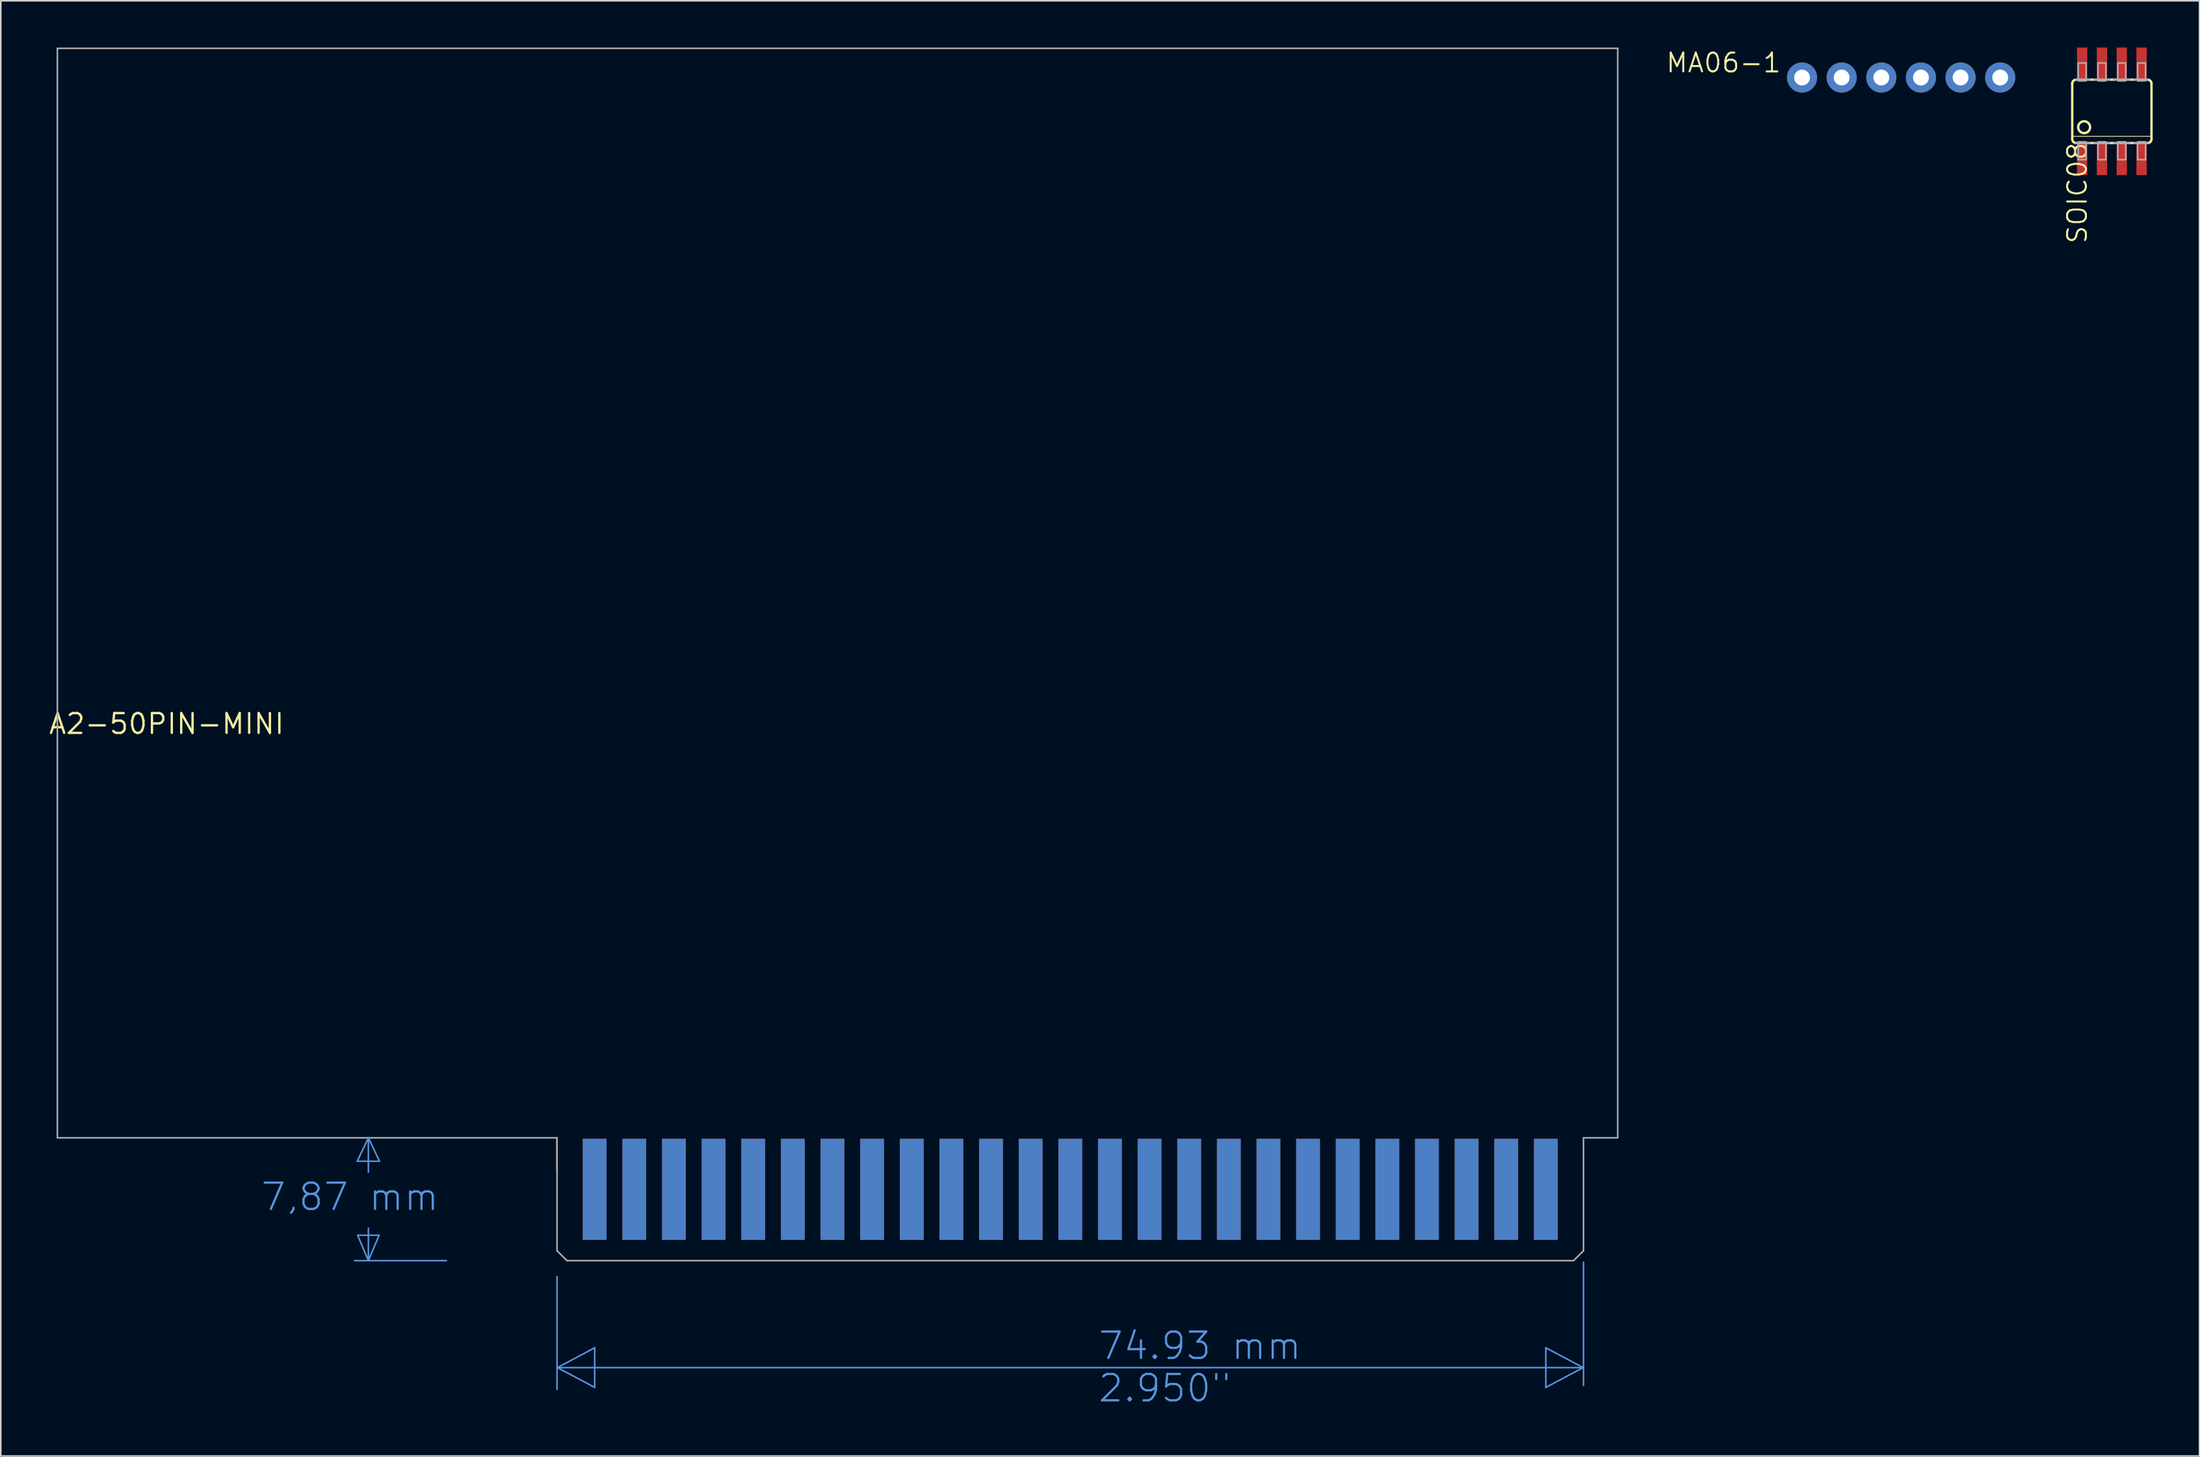
<source format=kicad_pcb>
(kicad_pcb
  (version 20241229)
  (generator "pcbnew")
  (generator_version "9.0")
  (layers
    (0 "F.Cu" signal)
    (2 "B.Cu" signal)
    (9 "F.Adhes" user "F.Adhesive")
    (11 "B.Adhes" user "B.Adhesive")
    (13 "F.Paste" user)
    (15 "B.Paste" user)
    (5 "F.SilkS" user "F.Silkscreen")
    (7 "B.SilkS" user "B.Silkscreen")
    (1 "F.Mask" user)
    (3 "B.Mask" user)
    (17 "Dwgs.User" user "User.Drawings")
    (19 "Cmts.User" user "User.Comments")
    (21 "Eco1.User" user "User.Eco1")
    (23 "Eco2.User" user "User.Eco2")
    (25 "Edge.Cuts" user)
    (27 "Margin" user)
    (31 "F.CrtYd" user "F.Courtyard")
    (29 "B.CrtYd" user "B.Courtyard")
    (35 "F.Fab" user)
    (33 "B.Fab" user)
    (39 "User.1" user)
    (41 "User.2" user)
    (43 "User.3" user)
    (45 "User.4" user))
  (footprint "MA06-1"
    (layer "F.Cu")
    (at 118.791 1.921)
    (property "Reference" "MA06-1" (at -7.62 -1.651 0) (layer "F.SilkS") (effects (font (size 1.206 1.206) (thickness 0.127)) (justify right top)))
    (attr through_hole)
    (fp_poly (pts (xy -6.604 0.254) (xy -6.096 0.254) (xy -6.096 -0.254) (xy -6.604 -0.254)) (stroke (width 0.1) (type solid)) (fill no) (layer "F.Fab"))
    (fp_poly (pts (xy -4.064 0.254) (xy -3.556 0.254) (xy -3.556 -0.254) (xy -4.064 -0.254)) (stroke (width 0.1) (type solid)) (fill no) (layer "F.Fab"))
    (fp_poly (pts (xy -1.524 0.254) (xy -1.016 0.254) (xy -1.016 -0.254) (xy -1.524 -0.254)) (stroke (width 0.1) (type solid)) (fill no) (layer "F.Fab"))
    (fp_poly (pts (xy 1.016 0.254) (xy 1.524 0.254) (xy 1.524 -0.254) (xy 1.016 -0.254)) (stroke (width 0.1) (type solid)) (fill no) (layer "F.Fab"))
    (fp_poly (pts (xy 3.556 0.254) (xy 4.064 0.254) (xy 4.064 -0.254) (xy 3.556 -0.254)) (stroke (width 0.1) (type solid)) (fill no) (layer "F.Fab"))
    (fp_poly (pts (xy 6.096 0.254) (xy 6.604 0.254) (xy 6.604 -0.254) (xy 6.096 -0.254)) (stroke (width 0.1) (type solid)) (fill no) (layer "F.Fab"))
    (pad "1" thru_hole circle (at -6.35 0 90) (size 1.93 1.93) (drill 1.016) (layers "*.Cu" "*.Mask"))
    (pad "2" thru_hole circle (at -3.81 0 90) (size 1.93 1.93) (drill 1.016) (layers "*.Cu" "*.Mask"))
    (pad "3" thru_hole circle (at -1.27 0 90) (size 1.93 1.93) (drill 1.016) (layers "*.Cu" "*.Mask"))
    (pad "4" thru_hole circle (at 1.27 0 90) (size 1.93 1.93) (drill 1.016) (layers "*.Cu" "*.Mask"))
    (pad "5" thru_hole circle (at 3.81 0 90) (size 1.93 1.93) (drill 1.016) (layers "*.Cu" "*.Mask"))
    (pad "6" thru_hole circle (at 6.35 0 90) (size 1.93 1.93) (drill 1.016) (layers "*.Cu" "*.Mask")))
  (footprint "A2-50PIN-MINI"
    (layer "F.Cu")
    (at 7.627 43.357)
    (property "Reference" "A2-50PIN-MINI" (at 0 0 0) (layer "F.SilkS") (effects (font (size 1.27 1.27) (thickness 0.15))))
    (attr through_hole)
    (fp_line (start 12.22 28.042) (end 13.643 28.042) (stroke (width 0.1) (type solid)) (layer "Cmts.User"))
    (fp_line (start 12.246 32.791) (end 12.932 34.417) (stroke (width 0.1) (type solid)) (layer "Cmts.User"))
    (fp_line (start 12.932 26.543) (end 12.22 28.042) (stroke (width 0.1) (type solid)) (layer "Cmts.User"))
    (fp_line (start 12.932 26.543) (end 12.932 28.753) (stroke (width 0.1) (type solid)) (layer "Cmts.User"))
    (fp_line (start 12.932 34.417) (end 12.043 34.417) (stroke (width 0.1) (type solid)) (layer "Cmts.User"))
    (fp_line (start 12.932 34.417) (end 12.932 32.334) (stroke (width 0.1) (type solid)) (layer "Cmts.User"))
    (fp_line (start 12.932 34.417) (end 13.617 32.791) (stroke (width 0.1) (type solid)) (layer "Cmts.User"))
    (fp_line (start 13.617 32.791) (end 12.246 32.791) (stroke (width 0.1) (type solid)) (layer "Cmts.User"))
    (fp_line (start 13.643 28.042) (end 12.932 26.543) (stroke (width 0.1) (type solid)) (layer "Cmts.User"))
    (fp_line (start 17.935 34.417) (end 12.932 34.417) (stroke (width 0.1) (type solid)) (layer "Cmts.User"))
    (fp_line (start 25.022 35.433) (end 25.022 42.672) (stroke (width 0.1) (type solid)) (layer "Cmts.User"))
    (fp_line (start 25.047 41.275) (end 27.435 40.005) (stroke (width 0.1) (type solid)) (layer "Cmts.User"))
    (fp_line (start 27.435 40.005) (end 27.435 42.545) (stroke (width 0.1) (type solid)) (layer "Cmts.User"))
    (fp_line (start 27.435 42.545) (end 25.047 41.275) (stroke (width 0.1) (type solid)) (layer "Cmts.User"))
    (fp_line (start 88.395 40.005) (end 88.395 42.545) (stroke (width 0.1) (type solid)) (layer "Cmts.User"))
    (fp_line (start 88.395 42.545) (end 90.783 41.275) (stroke (width 0.1) (type solid)) (layer "Cmts.User"))
    (fp_line (start 90.783 41.275) (end 25.047 41.275) (stroke (width 0.1) (type solid)) (layer "Cmts.User"))
    (fp_line (start 90.783 41.275) (end 88.395 40.005) (stroke (width 0.1) (type solid)) (layer "Cmts.User"))
    (fp_line (start 90.808 34.519) (end 90.808 42.418) (stroke (width 0.1) (type solid)) (layer "Cmts.User"))
    (fp_line (start -7 -43.307) (end -7 26.543) (stroke (width 0.1) (type solid)) (layer "F.Fab"))
    (fp_line (start 25.022 26.543) (end -7 26.543) (stroke (width 0.1) (type solid)) (layer "F.Fab"))
    (fp_line (start 25.022 26.543) (end 25.022 28.575) (stroke (width 0.1) (type solid)) (layer "F.Fab"))
    (fp_line (start 25.022 26.543) (end 25.022 33.782) (stroke (width 0.1) (type solid)) (layer "F.Fab"))
    (fp_line (start 25.657 34.417) (end 25.022 33.782) (stroke (width 0.1) (type solid)) (layer "F.Fab"))
    (fp_line (start 90.173 34.417) (end 25.657 34.417) (stroke (width 0.1) (type solid)) (layer "F.Fab"))
    (fp_line (start 90.808 26.543) (end 90.808 33.782) (stroke (width 0.1) (type solid)) (layer "F.Fab"))
    (fp_line (start 90.808 33.782) (end 90.173 34.417) (stroke (width 0.1) (type solid)) (layer "F.Fab"))
    (fp_line (start 93 -43.307) (end -7 -43.307) (stroke (width 0.1) (type solid)) (layer "F.Fab"))
    (fp_line (start 93 -43.307) (end 93 26.512) (stroke (width 0.1) (type solid)) (layer "F.Fab"))
    (fp_line (start 93 26.543) (end 90.808 26.543) (stroke (width 0.1) (type solid)) (layer "F.Fab"))
    (fp_text user "74.93 mm\n2.950\"" (at 59.617 43.586 0) (layer "Cmts.User") (effects (font (size 1.689 1.689) (thickness 0.142)) (justify left bottom)))
    (fp_text user "7,87 mm" (at 5.947 31.318 0) (layer "Cmts.User") (effects (font (size 1.689 1.689) (thickness 0.142)) (justify left bottom)))
    (pad "01" smd rect (at 27.435 29.845) (size 1.524 6.477) (layers "F.Cu" "F.Mask"))
    (pad "02" smd rect (at 29.975 29.845) (size 1.524 6.477) (layers "F.Cu" "F.Mask"))
    (pad "03" smd rect (at 32.515 29.845) (size 1.524 6.477) (layers "F.Cu" "F.Mask"))
    (pad "04" smd rect (at 35.055 29.845) (size 1.524 6.477) (layers "F.Cu" "F.Mask"))
    (pad "05" smd rect (at 37.595 29.845) (size 1.524 6.477) (layers "F.Cu" "F.Mask"))
    (pad "06" smd rect (at 40.135 29.845) (size 1.524 6.477) (layers "F.Cu" "F.Mask"))
    (pad "07" smd rect (at 42.675 29.845) (size 1.524 6.477) (layers "F.Cu" "F.Mask"))
    (pad "08" smd rect (at 45.215 29.845) (size 1.524 6.477) (layers "F.Cu" "F.Mask"))
    (pad "09" smd rect (at 47.755 29.845) (size 1.524 6.477) (layers "F.Cu" "F.Mask"))
    (pad "10" smd rect (at 50.295 29.845) (size 1.524 6.477) (layers "F.Cu" "F.Mask"))
    (pad "11" smd rect (at 52.835 29.845) (size 1.524 6.477) (layers "F.Cu" "F.Mask"))
    (pad "12" smd rect (at 55.375 29.845) (size 1.524 6.477) (layers "F.Cu" "F.Mask"))
    (pad "13" smd rect (at 57.915 29.845) (size 1.524 6.477) (layers "F.Cu" "F.Mask"))
    (pad "14" smd rect (at 60.455 29.845) (size 1.524 6.477) (layers "F.Cu" "F.Mask"))
    (pad "15" smd rect (at 62.995 29.845) (size 1.524 6.477) (layers "F.Cu" "F.Mask"))
    (pad "16" smd rect (at 65.535 29.845) (size 1.524 6.477) (layers "F.Cu" "F.Mask"))
    (pad "17" smd rect (at 68.075 29.845) (size 1.524 6.477) (layers "F.Cu" "F.Mask"))
    (pad "18" smd rect (at 70.615 29.845) (size 1.524 6.477) (layers "F.Cu" "F.Mask"))
    (pad "19" smd rect (at 73.155 29.845) (size 1.524 6.477) (layers "F.Cu" "F.Mask"))
    (pad "20" smd rect (at 75.695 29.845) (size 1.524 6.477) (layers "F.Cu" "F.Mask"))
    (pad "21" smd rect (at 78.235 29.845) (size 1.524 6.477) (layers "F.Cu" "F.Mask"))
    (pad "22" smd rect (at 80.775 29.845) (size 1.524 6.477) (layers "F.Cu" "F.Mask"))
    (pad "23" smd rect (at 83.315 29.845) (size 1.524 6.477) (layers "F.Cu" "F.Mask"))
    (pad "24" smd rect (at 85.855 29.845) (size 1.524 6.477) (layers "F.Cu" "F.Mask"))
    (pad "25" smd rect (at 88.395 29.845) (size 1.524 6.477) (layers "F.Cu" "F.Mask"))
    (pad "26" smd rect (at 88.395 29.845) (size 1.524 6.477) (layers "B.Cu" "B.Mask"))
    (pad "27" smd rect (at 85.855 29.845) (size 1.524 6.477) (layers "B.Cu" "B.Mask"))
    (pad "28" smd rect (at 83.315 29.845) (size 1.524 6.477) (layers "B.Cu" "B.Mask"))
    (pad "29" smd rect (at 80.775 29.845) (size 1.524 6.477) (layers "B.Cu" "B.Mask"))
    (pad "30" smd rect (at 78.235 29.845) (size 1.524 6.477) (layers "B.Cu" "B.Mask"))
    (pad "31" smd rect (at 75.695 29.845) (size 1.524 6.477) (layers "B.Cu" "B.Mask"))
    (pad "32" smd rect (at 73.155 29.845) (size 1.524 6.477) (layers "B.Cu" "B.Mask"))
    (pad "33" smd rect (at 70.615 29.845) (size 1.524 6.477) (layers "B.Cu" "B.Mask"))
    (pad "34" smd rect (at 68.075 29.845) (size 1.524 6.477) (layers "B.Cu" "B.Mask"))
    (pad "35" smd rect (at 65.535 29.845) (size 1.524 6.477) (layers "B.Cu" "B.Mask"))
    (pad "36" smd rect (at 62.995 29.845) (size 1.524 6.477) (layers "B.Cu" "B.Mask"))
    (pad "37" smd rect (at 60.455 29.845) (size 1.524 6.477) (layers "B.Cu" "B.Mask"))
    (pad "38" smd rect (at 57.915 29.845) (size 1.524 6.477) (layers "B.Cu" "B.Mask"))
    (pad "39" smd rect (at 55.375 29.845) (size 1.524 6.477) (layers "B.Cu" "B.Mask"))
    (pad "40" smd rect (at 52.835 29.845) (size 1.524 6.477) (layers "B.Cu" "B.Mask"))
    (pad "41" smd rect (at 50.295 29.845) (size 1.524 6.477) (layers "B.Cu" "B.Mask"))
    (pad "42" smd rect (at 47.755 29.845) (size 1.524 6.477) (layers "B.Cu" "B.Mask"))
    (pad "43" smd rect (at 45.215 29.845) (size 1.524 6.477) (layers "B.Cu" "B.Mask"))
    (pad "44" smd rect (at 42.675 29.845) (size 1.524 6.477) (layers "B.Cu" "B.Mask"))
    (pad "45" smd rect (at 40.135 29.845) (size 1.524 6.477) (layers "B.Cu" "B.Mask"))
    (pad "46" smd rect (at 37.595 29.845) (size 1.524 6.477) (layers "B.Cu" "B.Mask"))
    (pad "47" smd rect (at 35.055 29.845) (size 1.524 6.477) (layers "B.Cu" "B.Mask"))
    (pad "48" smd rect (at 32.515 29.845) (size 1.524 6.477) (layers "B.Cu" "B.Mask"))
    (pad "49" smd rect (at 29.975 29.845) (size 1.524 6.477) (layers "B.Cu" "B.Mask"))
    (pad "50" smd rect (at 27.435 29.845) (size 1.524 6.477) (layers "B.Cu" "B.Mask")))
  (footprint "SOIC08"
    (layer "F.Cu")
    (at 132.297 4.089)
    (property "Reference" "SOIC08" (at -2.921 1.905 90) (layer "F.SilkS") (effects (font (size 1.206 1.206) (thickness 0.127)) (justify right top)))
    (attr through_hole)
    (fp_line (start -2.54 -1.778) (end -2.54 1.778) (stroke (width 0.152) (type solid)) (layer "F.SilkS"))
    (fp_line (start -2.54 1.6) (end 2.54 1.6) (stroke (width 0.051) (type solid)) (layer "F.SilkS"))
    (fp_line (start -1.397 -2.032) (end -1.143 -2.032) (stroke (width 0.152) (type solid)) (layer "F.SilkS"))
    (fp_line (start -1.397 2.032) (end -1.143 2.032) (stroke (width 0.152) (type solid)) (layer "F.SilkS"))
    (fp_line (start -0.127 -2.032) (end 0.127 -2.032) (stroke (width 0.152) (type solid)) (layer "F.SilkS"))
    (fp_line (start -0.127 2.032) (end 0.127 2.032) (stroke (width 0.152) (type solid)) (layer "F.SilkS"))
    (fp_line (start 1.143 -2.032) (end 1.397 -2.032) (stroke (width 0.152) (type solid)) (layer "F.SilkS"))
    (fp_line (start 1.143 2.032) (end 1.397 2.032) (stroke (width 0.152) (type solid)) (layer "F.SilkS"))
    (fp_line (start 2.54 -1.778) (end 2.54 1.778) (stroke (width 0.152) (type solid)) (layer "F.SilkS"))
    (fp_arc (start -2.54 -1.778) (mid -2.465605 -1.957605) (end -2.286 -2.032) (stroke (width 0.1524) (type solid)) (layer "F.SilkS"))
    (fp_arc (start -2.286 2.032) (mid -2.465605 1.957605) (end -2.54 1.778) (stroke (width 0.1524) (type solid)) (layer "F.SilkS"))
    (fp_arc (start 2.286 -2.032) (mid 2.465605 -1.957605) (end 2.54 -1.778) (stroke (width 0.1524) (type solid)) (layer "F.SilkS"))
    (fp_arc (start 2.54 1.778) (mid 2.465605 1.957605) (end 2.286 2.032) (stroke (width 0.1524) (type solid)) (layer "F.SilkS"))
    (fp_circle (center -1.778 1.016) (end -1.397 1.016) (stroke (width 0.152) (type solid)) (fill no) (layer "F.SilkS"))
    (fp_line (start -2.286 -2.032) (end -1.397 -2.032) (stroke (width 0.152) (type solid)) (layer "F.Fab"))
    (fp_line (start -2.286 2.032) (end -1.397 2.032) (stroke (width 0.152) (type solid)) (layer "F.Fab"))
    (fp_line (start -1.143 -2.032) (end -0.127 -2.032) (stroke (width 0.152) (type solid)) (layer "F.Fab"))
    (fp_line (start -1.143 2.032) (end -0.127 2.032) (stroke (width 0.152) (type solid)) (layer "F.Fab"))
    (fp_line (start 0.127 -2.032) (end 1.143 -2.032) (stroke (width 0.152) (type solid)) (layer "F.Fab"))
    (fp_line (start 0.127 2.032) (end 1.143 2.032) (stroke (width 0.152) (type solid)) (layer "F.Fab"))
    (fp_line (start 1.397 -2.032) (end 2.286 -2.032) (stroke (width 0.152) (type solid)) (layer "F.Fab"))
    (fp_line (start 1.397 2.032) (end 2.286 2.032) (stroke (width 0.152) (type solid)) (layer "F.Fab"))
    (fp_poly (pts (xy -2.159 -1.956) (xy -1.651 -1.956) (xy -1.651 -3.099) (xy -2.159 -3.099)) (stroke (width 0.1) (type solid)) (fill no) (layer "F.Fab"))
    (fp_poly (pts (xy -2.159 3.099) (xy -1.651 3.099) (xy -1.651 1.956) (xy -2.159 1.956)) (stroke (width 0.1) (type solid)) (fill no) (layer "F.Fab"))
    (fp_poly (pts (xy -0.889 -1.956) (xy -0.381 -1.956) (xy -0.381 -3.099) (xy -0.889 -3.099)) (stroke (width 0.1) (type solid)) (fill no) (layer "F.Fab"))
    (fp_poly (pts (xy -0.889 3.099) (xy -0.381 3.099) (xy -0.381 1.956) (xy -0.889 1.956)) (stroke (width 0.1) (type solid)) (fill no) (layer "F.Fab"))
    (fp_poly (pts (xy 0.381 -1.956) (xy 0.889 -1.956) (xy 0.889 -3.099) (xy 0.381 -3.099)) (stroke (width 0.1) (type solid)) (fill no) (layer "F.Fab"))
    (fp_poly (pts (xy 0.381 3.099) (xy 0.889 3.099) (xy 0.889 1.956) (xy 0.381 1.956)) (stroke (width 0.1) (type solid)) (fill no) (layer "F.Fab"))
    (fp_poly (pts (xy 1.651 -1.956) (xy 2.159 -1.956) (xy 2.159 -3.099) (xy 1.651 -3.099)) (stroke (width 0.1) (type solid)) (fill no) (layer "F.Fab"))
    (fp_poly (pts (xy 1.651 3.099) (xy 2.159 3.099) (xy 2.159 1.956) (xy 1.651 1.956)) (stroke (width 0.1) (type solid)) (fill no) (layer "F.Fab"))
    (pad "1" smd rect (at -1.905 3.073) (size 0.66 2.032) (layers "F.Cu" "F.Mask" "F.Paste"))
    (pad "2" smd rect (at -0.635 3.073) (size 0.66 2.032) (layers "F.Cu" "F.Mask" "F.Paste"))
    (pad "3" smd rect (at 0.635 3.073) (size 0.66 2.032) (layers "F.Cu" "F.Mask" "F.Paste"))
    (pad "4" smd rect (at 1.905 3.073) (size 0.66 2.032) (layers "F.Cu" "F.Mask" "F.Paste"))
    (pad "5" smd rect (at 1.905 -3.073) (size 0.66 2.032) (layers "F.Cu" "F.Mask" "F.Paste"))
    (pad "6" smd rect (at 0.635 -3.073) (size 0.66 2.032) (layers "F.Cu" "F.Mask" "F.Paste"))
    (pad "7" smd rect (at -0.635 -3.073) (size 0.66 2.032) (layers "F.Cu" "F.Mask" "F.Paste"))
    (pad "8" smd rect (at -1.905 -3.073) (size 0.66 2.032) (layers "F.Cu" "F.Mask" "F.Paste")))
  (gr_rect
    (start -3 -3)
    (end 137.913 90.303)
    (stroke (width 0.1) (type default))
    (fill no)
    (layer "Edge.Cuts")))
</source>
